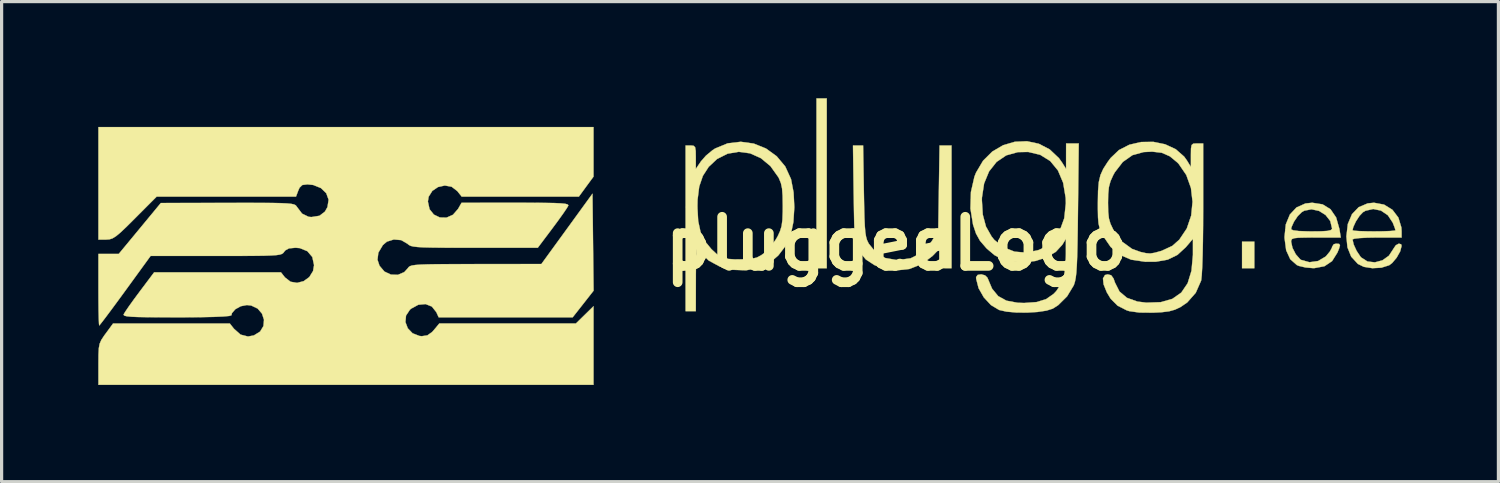
<source format=kicad_pcb>
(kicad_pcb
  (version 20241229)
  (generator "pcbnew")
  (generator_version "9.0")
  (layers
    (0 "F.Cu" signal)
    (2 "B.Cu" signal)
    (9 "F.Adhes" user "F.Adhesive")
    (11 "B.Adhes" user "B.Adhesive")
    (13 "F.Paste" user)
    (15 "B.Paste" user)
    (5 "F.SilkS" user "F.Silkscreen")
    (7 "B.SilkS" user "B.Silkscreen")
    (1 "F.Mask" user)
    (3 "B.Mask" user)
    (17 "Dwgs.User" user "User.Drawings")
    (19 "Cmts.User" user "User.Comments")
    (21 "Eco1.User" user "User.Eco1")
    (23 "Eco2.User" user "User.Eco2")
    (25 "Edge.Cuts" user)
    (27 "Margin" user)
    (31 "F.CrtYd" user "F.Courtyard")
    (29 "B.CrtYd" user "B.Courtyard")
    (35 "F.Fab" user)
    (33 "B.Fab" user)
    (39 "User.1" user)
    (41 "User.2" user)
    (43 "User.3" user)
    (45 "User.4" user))
  (footprint "pluggeeLogo"
    (layer "F.Cu")
    (at 24.77 4.513)
    (property "Reference" "pluggeeLogo" (at 0 0 0) (layer "F.SilkS") (effects (font (size 1.524 1.524) (thickness 0.3))))
    (attr through_hole)
    (fp_poly (pts (xy -2.159 0.762) (xy -2.477 0.762) (xy -2.477 -4.508) (xy -2.159 -4.508) (xy -2.159 0.762)) (stroke (width 0.01) (type solid)) (fill yes) (layer "F.SilkS"))
    (fp_poly (pts (xy 11.113 0.762) (xy 10.732 0.762) (xy 10.732 -0.064) (xy 11.113 -0.064) (xy 11.113 0.762)) (stroke (width 0.01) (type solid)) (fill yes) (layer "F.SilkS"))
    (fp_poly (pts (xy -1.007 -1.635) (xy -0.998 -1.17) (xy -0.989 -0.813) (xy -0.977 -0.547) (xy -0.961 -0.354) (xy -0.938 -0.215) (xy -0.909 -0.112) (xy -0.869 -0.028) (xy -0.854 -0.000216) (xy -0.631 0.277) (xy -0.348 0.444) (xy 0.005 0.506) (xy 0.057 0.507) (xy 0.443 0.455) (xy 0.764 0.296) (xy 1.03 0.026) (xy 1.109 -0.091) (xy 1.302 -0.402) (xy 1.322 -1.725) (xy 1.343 -3.048) (xy 1.714 -3.048) (xy 1.714 0.762) (xy 1.524 0.762) (xy 1.409 0.754) (xy 1.353 0.709) (xy 1.335 0.591) (xy 1.333 0.464) (xy 1.333 0.166) (xy 1.127 0.379) (xy 0.795 0.633) (xy 0.409 0.785) (xy -0.006 0.831) (xy -0.423 0.766) (xy -0.674 0.667) (xy -0.946 0.49) (xy -1.136 0.258) (xy -1.147 0.238) (xy -1.196 0.148) (xy -1.234 0.059) (xy -1.262 -0.046) (xy -1.282 -0.187) (xy -1.297 -0.38) (xy -1.307 -0.644) (xy -1.314 -0.997) (xy -1.321 -1.455) (xy -1.323 -1.54) (xy -1.344 -3.048) (xy -1.03 -3.048) (xy -1.007 -1.635)) (stroke (width 0.01) (type solid)) (fill yes) (layer "F.SilkS"))
    (fp_poly (pts (xy 15.14 -1.212) (xy 15.399 -1.052) (xy 15.584 -0.809) (xy 15.677 -0.503) (xy 15.684 -0.383) (xy 15.684 -0.191) (xy 14.922 -0.191) (xy 14.619 -0.186) (xy 14.376 -0.173) (xy 14.216 -0.154) (xy 14.161 -0.131) (xy 14.197 0.027) (xy 14.287 0.223) (xy 14.404 0.399) (xy 14.43 0.429) (xy 14.624 0.553) (xy 14.854 0.58) (xy 15.087 0.518) (xy 15.289 0.375) (xy 15.429 0.162) (xy 15.433 0.153) (xy 15.505 0.049) (xy 15.598 -0.000276) (xy 15.669 0.019) (xy 15.684 0.07) (xy 15.64 0.239) (xy 15.531 0.433) (xy 15.391 0.6) (xy 15.298 0.67) (xy 15.055 0.746) (xy 14.776 0.761) (xy 14.512 0.719) (xy 14.327 0.629) (xy 14.119 0.403) (xy 14.003 0.114) (xy 13.97 -0.225) (xy 13.992 -0.415) (xy 14.161 -0.415) (xy 14.22 -0.401) (xy 14.38 -0.39) (xy 14.614 -0.383) (xy 14.827 -0.381) (xy 15.101 -0.384) (xy 15.32 -0.392) (xy 15.459 -0.404) (xy 15.494 -0.415) (xy 15.472 -0.49) (xy 15.417 -0.632) (xy 15.407 -0.656) (xy 15.256 -0.883) (xy 15.043 -1.027) (xy 14.802 -1.076) (xy 14.561 -1.021) (xy 14.485 -0.976) (xy 14.376 -0.861) (xy 14.265 -0.69) (xy 14.184 -0.516) (xy 14.161 -0.415) (xy 13.992 -0.415) (xy 14.015 -0.611) (xy 14.145 -0.917) (xy 14.353 -1.133) (xy 14.631 -1.25) (xy 14.827 -1.27) (xy 15.14 -1.212)) (stroke (width 0.01) (type solid)) (fill yes) (layer "F.SilkS"))
    (fp_poly (pts (xy 13.231 -1.22) (xy 13.478 -1.068) (xy 13.652 -0.813) (xy 13.754 -0.454) (xy 13.754 -0.451) (xy 13.796 -0.191) (xy 13.026 -0.191) (xy 12.702 -0.189) (xy 12.485 -0.184) (xy 12.352 -0.17) (xy 12.284 -0.144) (xy 12.259 -0.103) (xy 12.255 -0.06) (xy 12.297 0.131) (xy 12.4 0.331) (xy 12.531 0.48) (xy 12.569 0.506) (xy 12.825 0.576) (xy 13.091 0.539) (xy 13.323 0.402) (xy 13.34 0.386) (xy 13.457 0.245) (xy 13.522 0.125) (xy 13.525 0.1) (xy 13.579 0.017) (xy 13.652 0) (xy 13.743 0.007) (xy 13.772 0.048) (xy 13.742 0.154) (xy 13.692 0.277) (xy 13.526 0.541) (xy 13.29 0.7) (xy 12.977 0.759) (xy 12.93 0.759) (xy 12.702 0.739) (xy 12.498 0.691) (xy 12.431 0.663) (xy 12.228 0.483) (xy 12.101 0.206) (xy 12.051 -0.171) (xy 12.05 -0.213) (xy 12.074 -0.448) (xy 12.255 -0.448) (xy 12.317 -0.415) (xy 12.494 -0.392) (xy 12.776 -0.382) (xy 12.89 -0.381) (xy 13.188 -0.384) (xy 13.38 -0.396) (xy 13.485 -0.42) (xy 13.524 -0.458) (xy 13.525 -0.473) (xy 13.47 -0.703) (xy 13.324 -0.89) (xy 13.12 -1.017) (xy 12.888 -1.067) (xy 12.662 -1.023) (xy 12.587 -0.98) (xy 12.46 -0.855) (xy 12.343 -0.682) (xy 12.267 -0.514) (xy 12.255 -0.448) (xy 12.074 -0.448) (xy 12.09 -0.598) (xy 12.216 -0.905) (xy 12.422 -1.124) (xy 12.698 -1.247) (xy 12.91 -1.27) (xy 13.231 -1.22)) (stroke (width 0.01) (type solid)) (fill yes) (layer "F.SilkS"))
    (fp_poly (pts (xy -4.423 -3.106) (xy -4.045 -2.954) (xy -3.713 -2.714) (xy -3.447 -2.396) (xy -3.269 -2.007) (xy -3.265 -1.992) (xy -3.188 -1.589) (xy -3.165 -1.131) (xy -3.194 -0.675) (xy -3.276 -0.277) (xy -3.278 -0.269) (xy -3.432 0.064) (xy -3.662 0.365) (xy -3.938 0.604) (xy -4.23 0.748) (xy -4.665 0.827) (xy -5.091 0.811) (xy -5.484 0.708) (xy -5.821 0.525) (xy -6.079 0.268) (xy -6.149 0.159) (xy -6.176 0.139) (xy -6.196 0.2) (xy -6.209 0.351) (xy -6.217 0.605) (xy -6.221 0.973) (xy -6.221 1.064) (xy -6.223 2.095) (xy -6.54 2.095) (xy -6.54 -1.137) (xy -6.173 -1.137) (xy -6.149 -0.702) (xy -6.075 -0.359) (xy -5.941 -0.077) (xy -5.739 0.169) (xy -5.572 0.324) (xy -5.421 0.42) (xy -5.247 0.471) (xy -5.015 0.488) (xy -4.75 0.485) (xy -4.503 0.47) (xy -4.332 0.432) (xy -4.189 0.357) (xy -4.084 0.277) (xy -3.908 0.099) (xy -3.742 -0.126) (xy -3.683 -0.227) (xy -3.608 -0.39) (xy -3.56 -0.548) (xy -3.535 -0.737) (xy -3.525 -0.996) (xy -3.524 -1.173) (xy -3.529 -1.489) (xy -3.546 -1.714) (xy -3.582 -1.881) (xy -3.641 -2.025) (xy -3.661 -2.064) (xy -3.906 -2.407) (xy -4.205 -2.655) (xy -4.539 -2.804) (xy -4.89 -2.851) (xy -5.237 -2.793) (xy -5.563 -2.628) (xy -5.822 -2.386) (xy -6.004 -2.104) (xy -6.117 -1.774) (xy -6.168 -1.366) (xy -6.173 -1.137) (xy -6.54 -1.137) (xy -6.54 -3.048) (xy -6.382 -3.048) (xy -6.292 -3.039) (xy -6.245 -2.993) (xy -6.226 -2.879) (xy -6.223 -2.684) (xy -6.223 -2.32) (xy -6.063 -2.555) (xy -5.907 -2.733) (xy -5.702 -2.903) (xy -5.625 -2.953) (xy -5.234 -3.114) (xy -4.827 -3.162) (xy -4.423 -3.106)) (stroke (width 0.01) (type solid)) (fill yes) (layer "F.SilkS"))
    (fp_poly (pts (xy 4.423 -3.101) (xy 4.76 -2.927) (xy 5.048 -2.655) (xy 5.152 -2.508) (xy 5.27 -2.318) (xy 5.27 -2.715) (xy 5.271 -3.111) (xy 5.663 -3.111) (xy 5.639 -1.032) (xy 5.632 -0.45) (xy 5.624 0.019) (xy 5.615 0.389) (xy 5.603 0.676) (xy 5.589 0.892) (xy 5.57 1.053) (xy 5.547 1.172) (xy 5.519 1.264) (xy 5.503 1.302) (xy 5.3 1.637) (xy 5.026 1.908) (xy 4.858 2.016) (xy 4.663 2.078) (xy 4.383 2.12) (xy 4.056 2.14) (xy 3.723 2.137) (xy 3.422 2.11) (xy 3.195 2.059) (xy 3.19 2.057) (xy 2.937 1.905) (xy 2.716 1.667) (xy 2.554 1.382) (xy 2.479 1.091) (xy 2.477 1.038) (xy 2.525 0.97) (xy 2.635 0.952) (xy 2.754 0.983) (xy 2.83 1.057) (xy 2.832 1.064) (xy 2.972 1.396) (xy 3.162 1.628) (xy 3.42 1.77) (xy 3.764 1.834) (xy 3.968 1.841) (xy 4.354 1.813) (xy 4.65 1.722) (xy 4.885 1.557) (xy 4.969 1.467) (xy 5.119 1.241) (xy 5.213 0.969) (xy 5.261 0.623) (xy 5.27 0.318) (xy 5.27 -0.159) (xy 5.154 0.032) (xy 4.951 0.254) (xy 4.658 0.429) (xy 4.31 0.539) (xy 3.992 0.571) (xy 3.604 0.552) (xy 3.303 0.485) (xy 3.052 0.359) (xy 2.816 0.16) (xy 2.788 0.131) (xy 2.598 -0.09) (xy 2.474 -0.314) (xy 2.382 -0.59) (xy 2.301 -1.092) (xy 2.309 -1.358) (xy 2.656 -1.358) (xy 2.684 -0.902) (xy 2.783 -0.531) (xy 2.96 -0.219) (xy 3.044 -0.116) (xy 3.329 0.114) (xy 3.671 0.248) (xy 4.04 0.279) (xy 4.404 0.202) (xy 4.518 0.152) (xy 4.836 -0.077) (xy 5.07 -0.395) (xy 5.213 -0.79) (xy 5.262 -1.254) (xy 5.257 -1.421) (xy 5.179 -1.89) (xy 5.017 -2.273) (xy 4.778 -2.564) (xy 4.467 -2.758) (xy 4.093 -2.847) (xy 3.773 -2.841) (xy 3.413 -2.741) (xy 3.112 -2.537) (xy 2.879 -2.242) (xy 2.725 -1.868) (xy 2.658 -1.429) (xy 2.656 -1.358) (xy 2.309 -1.358) (xy 2.316 -1.602) (xy 2.425 -2.079) (xy 2.475 -2.205) (xy 2.693 -2.574) (xy 2.98 -2.859) (xy 3.316 -3.056) (xy 3.681 -3.163) (xy 4.057 -3.179) (xy 4.423 -3.101)) (stroke (width 0.01) (type solid)) (fill yes) (layer "F.SilkS"))
    (fp_poly (pts (xy 8.343 -3.085) (xy 8.672 -2.933) (xy 8.935 -2.702) (xy 9.019 -2.585) (xy 9.144 -2.381) (xy 9.144 -2.746) (xy 9.147 -2.952) (xy 9.166 -3.061) (xy 9.217 -3.104) (xy 9.317 -3.111) (xy 9.335 -3.111) (xy 9.525 -3.111) (xy 9.525 -1.095) (xy 9.523 -0.559) (xy 9.517 -0.068) (xy 9.508 0.362) (xy 9.496 0.715) (xy 9.481 0.976) (xy 9.465 1.13) (xy 9.46 1.15) (xy 9.295 1.524) (xy 9.031 1.824) (xy 8.824 1.966) (xy 8.65 2.048) (xy 8.465 2.1) (xy 8.228 2.129) (xy 7.969 2.142) (xy 7.543 2.138) (xy 7.235 2.095) (xy 7.155 2.071) (xy 6.866 1.923) (xy 6.654 1.71) (xy 6.534 1.511) (xy 6.434 1.263) (xy 6.415 1.079) (xy 6.477 0.974) (xy 6.562 0.953) (xy 6.669 0.98) (xy 6.743 1.081) (xy 6.786 1.205) (xy 6.927 1.485) (xy 7.158 1.681) (xy 7.484 1.797) (xy 7.759 1.831) (xy 8.208 1.816) (xy 8.569 1.713) (xy 8.846 1.518) (xy 9.043 1.229) (xy 9.162 0.841) (xy 9.207 0.351) (xy 9.207 0.29) (xy 9.207 -0.15) (xy 8.985 0.111) (xy 8.726 0.349) (xy 8.424 0.496) (xy 8.054 0.561) (xy 7.729 0.562) (xy 7.292 0.498) (xy 6.939 0.347) (xy 6.653 0.101) (xy 6.452 -0.191) (xy 6.367 -0.348) (xy 6.31 -0.483) (xy 6.277 -0.627) (xy 6.261 -0.813) (xy 6.256 -1.075) (xy 6.256 -1.27) (xy 6.256 -1.272) (xy 6.572 -1.272) (xy 6.577 -0.988) (xy 6.599 -0.786) (xy 6.647 -0.619) (xy 6.731 -0.444) (xy 6.758 -0.395) (xy 7.006 -0.063) (xy 7.319 0.163) (xy 7.579 0.257) (xy 7.753 0.295) (xy 7.881 0.305) (xy 8.017 0.283) (xy 8.216 0.228) (xy 8.236 0.222) (xy 8.568 0.068) (xy 8.784 -0.124) (xy 9.016 -0.47) (xy 9.153 -0.872) (xy 9.195 -1.301) (xy 9.145 -1.73) (xy 9.001 -2.131) (xy 8.766 -2.475) (xy 8.725 -2.518) (xy 8.49 -2.712) (xy 8.242 -2.821) (xy 7.944 -2.856) (xy 7.677 -2.843) (xy 7.331 -2.748) (xy 7.031 -2.537) (xy 6.782 -2.215) (xy 6.731 -2.122) (xy 6.648 -1.938) (xy 6.599 -1.757) (xy 6.577 -1.533) (xy 6.572 -1.272) (xy 6.256 -1.272) (xy 6.262 -1.635) (xy 6.285 -1.909) (xy 6.336 -2.127) (xy 6.424 -2.323) (xy 6.56 -2.534) (xy 6.652 -2.659) (xy 6.91 -2.905) (xy 7.234 -3.071) (xy 7.598 -3.155) (xy 7.977 -3.16) (xy 8.343 -3.085)) (stroke (width 0.01) (type solid)) (fill yes) (layer "F.SilkS"))
    (fp_poly (pts (xy -9.398 -2.081) (xy -9.626 -1.771) (xy -9.853 -1.46) (xy -13.489 -1.46) (xy -13.626 -1.632) (xy -13.802 -1.767) (xy -14.013 -1.805) (xy -14.224 -1.758) (xy -14.402 -1.638) (xy -14.516 -1.456) (xy -14.539 -1.307) (xy -14.487 -1.069) (xy -14.353 -0.902) (xy -14.168 -0.813) (xy -13.961 -0.808) (xy -13.762 -0.896) (xy -13.602 -1.079) (xy -13.494 -1.269) (xy -11.82 -1.27) (xy -11.311 -1.269) (xy -10.915 -1.266) (xy -10.62 -1.261) (xy -10.412 -1.251) (xy -10.278 -1.238) (xy -10.205 -1.219) (xy -10.18 -1.195) (xy -10.182 -1.177) (xy -10.233 -1.092) (xy -10.344 -0.929) (xy -10.499 -0.713) (xy -10.673 -0.478) (xy -11.128 0.127) (xy -13.089 0.127) (xy -13.64 0.127) (xy -14.079 0.125) (xy -14.419 0.121) (xy -14.674 0.115) (xy -14.858 0.104) (xy -14.986 0.089) (xy -15.071 0.069) (xy -15.127 0.041) (xy -15.169 0.007) (xy -15.177 0) (xy -15.367 -0.11) (xy -15.595 -0.13) (xy -15.811 -0.063) (xy -15.935 0.042) (xy -16.077 0.28) (xy -16.103 0.5) (xy -16.041 0.685) (xy -15.889 0.865) (xy -15.687 0.96) (xy -15.469 0.967) (xy -15.272 0.883) (xy -15.163 0.764) (xy -15.137 0.729) (xy -15.098 0.7) (xy -15.034 0.678) (xy -14.93 0.662) (xy -14.774 0.65) (xy -14.552 0.642) (xy -14.25 0.637) (xy -13.854 0.635) (xy -13.353 0.634) (xy -13.05 0.633) (xy -11.017 0.632) (xy -10.223 -0.46) (xy -9.43 -1.552) (xy -9.413 -0.046) (xy -9.396 1.46) (xy -9.72 1.873) (xy -10.045 2.286) (xy -14.204 2.286) (xy -14.277 2.126) (xy -14.415 1.952) (xy -14.611 1.875) (xy -14.836 1.896) (xy -15.061 2.019) (xy -15.097 2.05) (xy -15.218 2.232) (xy -15.236 2.435) (xy -15.163 2.627) (xy -15.015 2.781) (xy -14.803 2.864) (xy -14.728 2.872) (xy -14.554 2.846) (xy -14.407 2.741) (xy -14.35 2.677) (xy -14.183 2.476) (xy -9.943 2.476) (xy -9.398 1.942) (xy -9.398 4.381) (xy -24.765 4.381) (xy -24.765 3.739) (xy -24.763 3.446) (xy -24.753 3.246) (xy -24.726 3.104) (xy -24.674 2.986) (xy -24.589 2.857) (xy -24.537 2.787) (xy -24.31 2.477) (xy -20.688 2.477) (xy -20.559 2.64) (xy -20.353 2.823) (xy -20.122 2.882) (xy -19.94 2.848) (xy -19.746 2.728) (xy -19.643 2.557) (xy -19.626 2.362) (xy -19.688 2.172) (xy -19.822 2.015) (xy -20.022 1.92) (xy -20.158 1.905) (xy -20.347 1.942) (xy -20.516 2.035) (xy -20.621 2.157) (xy -20.637 2.223) (xy -20.7 2.243) (xy -20.885 2.26) (xy -21.186 2.273) (xy -21.6 2.282) (xy -22.121 2.286) (xy -22.327 2.286) (xy -22.839 2.285) (xy -23.238 2.282) (xy -23.535 2.277) (xy -23.745 2.268) (xy -23.881 2.254) (xy -23.956 2.236) (xy -23.983 2.211) (xy -23.981 2.193) (xy -23.93 2.108) (xy -23.819 1.945) (xy -23.664 1.729) (xy -23.49 1.494) (xy -23.035 0.889) (xy -19.1 0.889) (xy -18.975 1.048) (xy -18.802 1.182) (xy -18.599 1.217) (xy -18.395 1.164) (xy -18.22 1.037) (xy -18.103 0.849) (xy -18.072 0.667) (xy -18.126 0.415) (xy -18.279 0.234) (xy -18.514 0.138) (xy -18.648 0.127) (xy -18.851 0.146) (xy -18.969 0.212) (xy -19.001 0.254) (xy -19.028 0.289) (xy -19.067 0.317) (xy -19.133 0.339) (xy -19.239 0.355) (xy -19.399 0.366) (xy -19.626 0.374) (xy -19.933 0.378) (xy -20.334 0.38) (xy -20.843 0.381) (xy -21.113 0.381) (xy -23.146 0.381) (xy -23.931 1.461) (xy -24.165 1.781) (xy -24.374 2.064) (xy -24.546 2.294) (xy -24.67 2.456) (xy -24.734 2.535) (xy -24.74 2.54) (xy -24.748 2.48) (xy -24.755 2.313) (xy -24.761 2.06) (xy -24.764 1.741) (xy -24.765 1.429) (xy -24.765 0.318) (xy -24.134 0.318) (xy -23.481 -0.472) (xy -22.828 -1.262) (xy -20.751 -1.266) (xy -20.182 -1.267) (xy -19.727 -1.266) (xy -19.372 -1.264) (xy -19.105 -1.258) (xy -18.912 -1.249) (xy -18.78 -1.236) (xy -18.696 -1.218) (xy -18.646 -1.194) (xy -18.618 -1.164) (xy -18.608 -1.148) (xy -18.444 -0.932) (xy -18.243 -0.834) (xy -18.152 -0.826) (xy -17.903 -0.866) (xy -17.734 -0.996) (xy -17.656 -1.136) (xy -17.62 -1.363) (xy -17.694 -1.567) (xy -17.859 -1.726) (xy -18.099 -1.822) (xy -18.278 -1.841) (xy -18.436 -1.821) (xy -18.524 -1.735) (xy -18.561 -1.651) (xy -18.633 -1.46) (xy -22.958 -1.46) (xy -23.622 -0.794) (xy -23.884 -0.533) (xy -24.076 -0.351) (xy -24.218 -0.233) (xy -24.327 -0.165) (xy -24.422 -0.134) (xy -24.522 -0.127) (xy -24.526 -0.127) (xy -24.765 -0.127) (xy -24.765 -3.619) (xy -9.398 -3.619) (xy -9.398 -2.081)) (stroke (width 0.01) (type solid)) (fill yes) (layer "F.SilkS")))
  (gr_rect
    (start -3 -3)
    (end 43.459 11.9)
    (stroke (width 0.1) (type default))
    (fill no)
    (layer "Edge.Cuts")))
</source>
